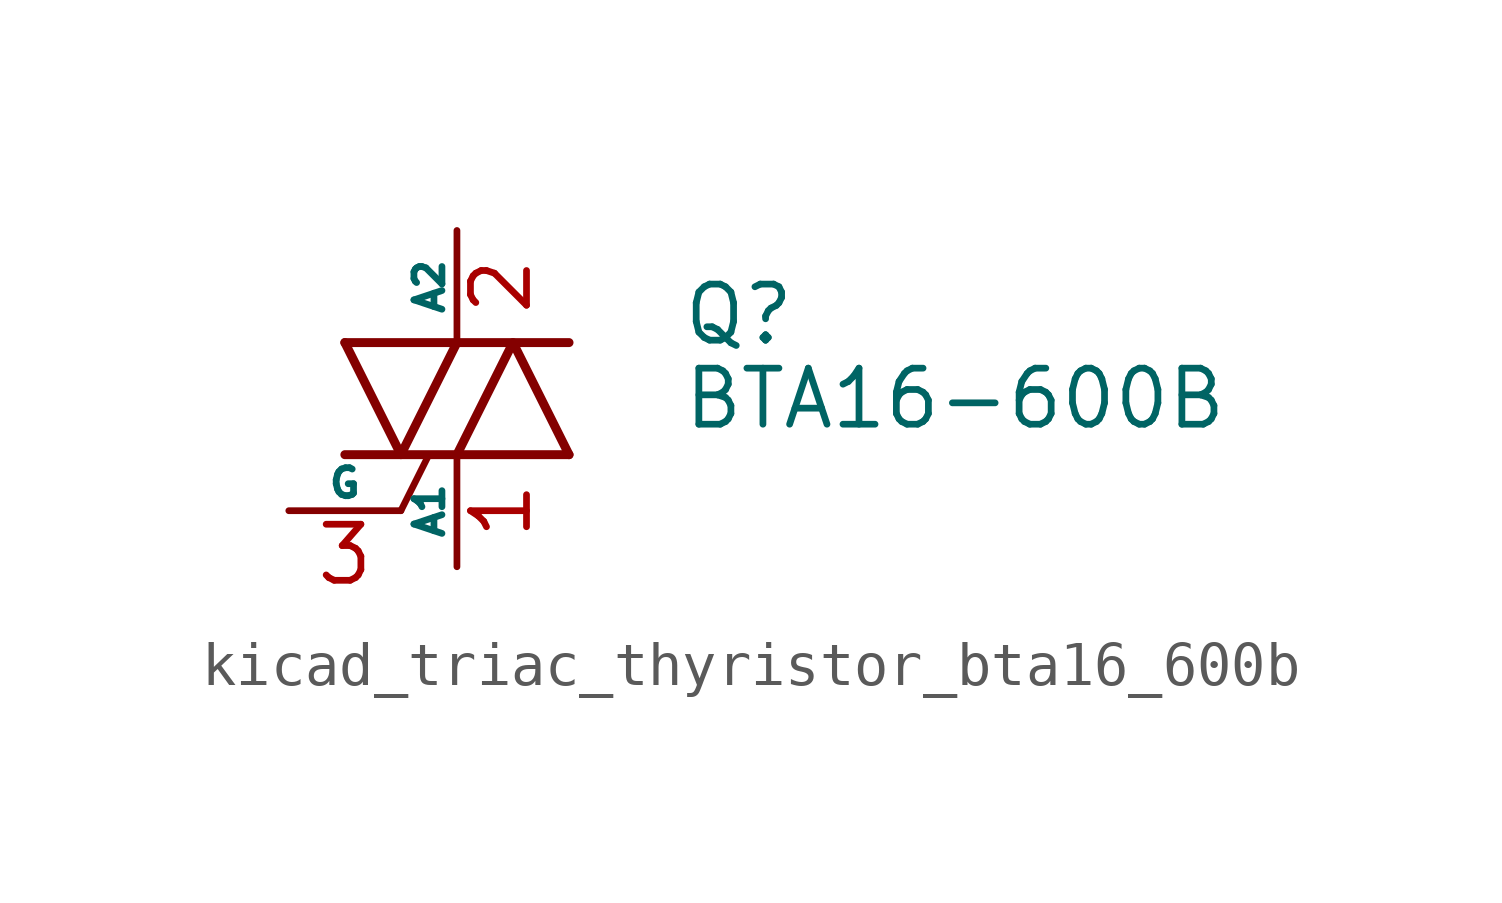
<source format=kicad_sym>
(kicad_symbol_lib
  (version 20220914)
  (generator kicad_symbol_editor)
  (symbol "kicad_triac_thyristor_bta16_600b"
    (pin_names
      (offset 0))
    (property "Reference" "Q"
      (at 5.08 1.905 0)
      (effects (font (size 1.27 1.27)) (justify left)))
    (property "Value" "BTA16-600B"
      (at 5.08 0 0)
      (effects (font (size 1.27 1.27)) (justify left)))
    (symbol "kicad_triac_thyristor_bta16_600b_0_1"
      (polyline (pts (xy -2.54 -1.27) (xy 2.54 -1.27)) (stroke (width 0.203) (type default)) (fill (type none)))
      (polyline (pts (xy -2.54 1.27) (xy 2.54 1.27)) (stroke (width 0.203) (type default)) (fill (type none)))
      (polyline (pts (xy -1.27 -2.54) (xy -0.635 -1.27)) (stroke (width 0) (type default)) (fill (type none)))
      (polyline (pts (xy -2.54 1.27) (xy -1.27 -1.27) (xy 0 1.27)) (stroke (width 0.203) (type default)) (fill (type none)))
      (polyline (pts (xy 0 -1.27) (xy 1.27 1.27) (xy 2.54 -1.27)) (stroke (width 0.203) (type default)) (fill (type none))))
    (symbol "kicad_triac_thyristor_bta16_600b_1_1"
      (pin passive line (at 0 -3.81 90) (length 2.54) (name "A1" (effects (font (size 0.635 0.635)))) (number "1" (effects (font (size 1.27 1.27)))))
      (pin passive line (at 0 3.81 270) (length 2.54) (name "A2" (effects (font (size 0.635 0.635)))) (number "2" (effects (font (size 1.27 1.27)))))
      (pin input line (at -3.81 -2.54 0) (length 2.54) (name "G" (effects (font (size 0.635 0.635)))) (number "3" (effects (font (size 1.27 1.27))))))))
</source>
